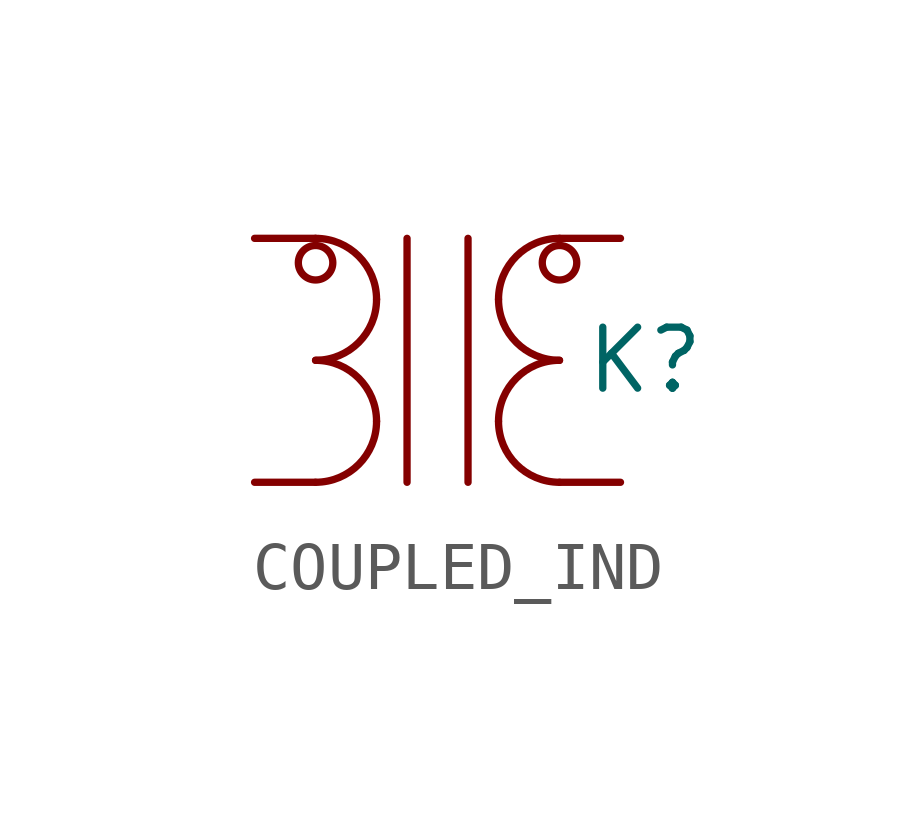
<source format=kicad_sym>
(kicad_symbol_lib
  (version 20241209)
  (generator "kicad_symbol_editor")
  (generator_version "9.0")
  (symbol "COUPLED_IND"
    (pin_numbers
      (hide yes))
    (pin_names
      (hide yes))
    (property "Reference" "K"
      (at 4.318 0 0)
      (effects (font (size 1.27 1.27))))
    (property "Value" ""
      (at 0 0 0)
      (effects (font (size 1.27 1.27))))
    (symbol "COUPLED_IND_0_1"
      (arc (start -1.27 1.27) (mid -1.642 0.372) (end -2.54 0) (stroke (width 0) (type default)) (fill (type none)))
      (arc (start -2.54 2.54) (mid -1.642 2.168) (end -1.27 1.27) (stroke (width 0) (type default)) (fill (type none)))
      (arc (start -1.27 -1.27) (mid -1.642 -2.168) (end -2.54 -2.54) (stroke (width 0) (type default)) (fill (type none)))
      (arc (start -2.54 0) (mid -1.642 -0.372) (end -1.27 -1.27) (stroke (width 0) (type default)) (fill (type none)))
      (circle (center -2.54 2.032) (radius 0.359) (stroke (width 0) (type default)) (fill (type none)))
      (polyline (pts (xy -0.635 2.54) (xy -0.635 -2.54)) (stroke (width 0) (type default)) (fill (type none)))
      (polyline (pts (xy 0.635 2.54) (xy 0.635 -2.54)) (stroke (width 0) (type default)) (fill (type none)))
      (circle (center 2.54 2.032) (radius 0.359) (stroke (width 0) (type default)) (fill (type none)))
      (arc (start 1.27 1.27) (mid 1.642 2.168) (end 2.54 2.54) (stroke (width 0) (type default)) (fill (type none)))
      (arc (start 2.54 0) (mid 1.642 0.372) (end 1.27 1.27) (stroke (width 0) (type default)) (fill (type none)))
      (arc (start 1.27 -1.27) (mid 1.642 -0.372) (end 2.54 0) (stroke (width 0) (type default)) (fill (type none)))
      (arc (start 2.54 -2.54) (mid 1.642 -2.168) (end 1.27 -1.27) (stroke (width 0) (type default)) (fill (type none))))
    (symbol "COUPLED_IND_1_1"
      (pin passive line (at -3.81 2.54 0) (length 1.27) (name "1" (effects (font (size 0.635 0.635)))) (number "1" (effects (font (size 0.635 0.635)))))
      (pin passive line (at -3.81 -2.54 0) (length 1.27) (name "3" (effects (font (size 0.635 0.635)))) (number "3" (effects (font (size 0.635 0.635)))))
      (pin passive line (at 3.81 2.54 180) (length 1.27) (name "2" (effects (font (size 0.635 0.635)))) (number "2" (effects (font (size 0.635 0.635)))))
      (pin passive line (at 3.81 -2.54 180) (length 1.27) (name "4" (effects (font (size 0.635 0.635)))) (number "4" (effects (font (size 0.635 0.635))))))))
</source>
